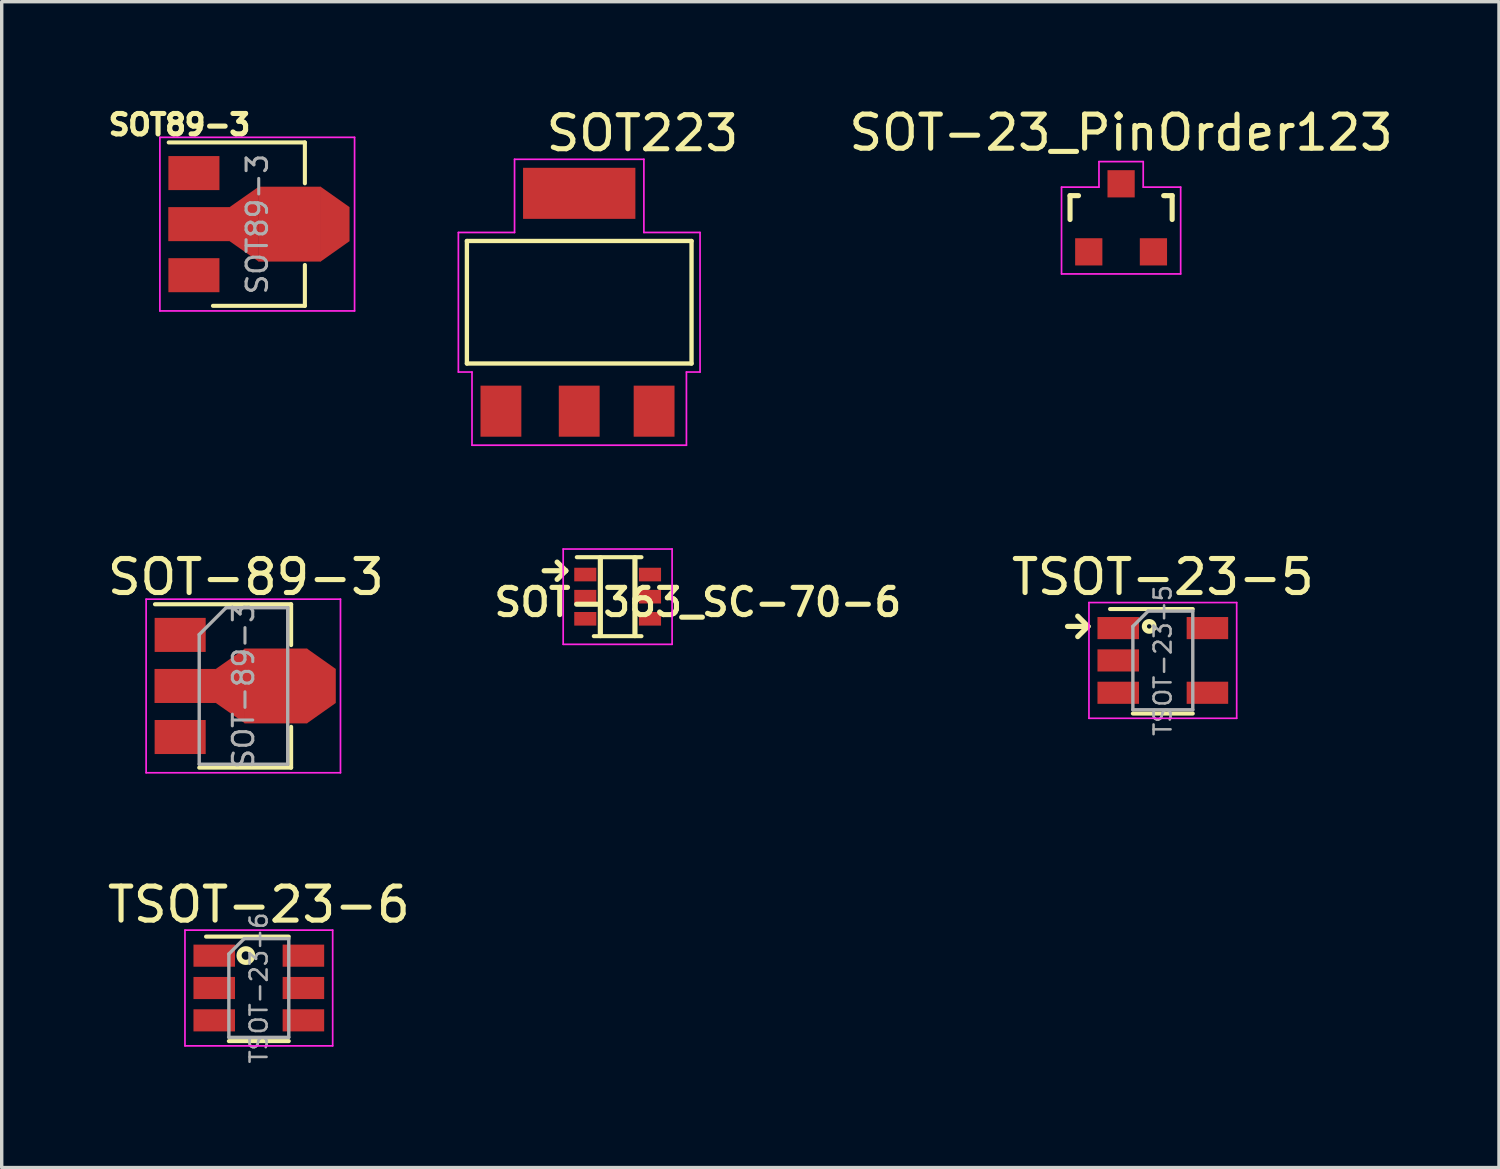
<source format=kicad_pcb>
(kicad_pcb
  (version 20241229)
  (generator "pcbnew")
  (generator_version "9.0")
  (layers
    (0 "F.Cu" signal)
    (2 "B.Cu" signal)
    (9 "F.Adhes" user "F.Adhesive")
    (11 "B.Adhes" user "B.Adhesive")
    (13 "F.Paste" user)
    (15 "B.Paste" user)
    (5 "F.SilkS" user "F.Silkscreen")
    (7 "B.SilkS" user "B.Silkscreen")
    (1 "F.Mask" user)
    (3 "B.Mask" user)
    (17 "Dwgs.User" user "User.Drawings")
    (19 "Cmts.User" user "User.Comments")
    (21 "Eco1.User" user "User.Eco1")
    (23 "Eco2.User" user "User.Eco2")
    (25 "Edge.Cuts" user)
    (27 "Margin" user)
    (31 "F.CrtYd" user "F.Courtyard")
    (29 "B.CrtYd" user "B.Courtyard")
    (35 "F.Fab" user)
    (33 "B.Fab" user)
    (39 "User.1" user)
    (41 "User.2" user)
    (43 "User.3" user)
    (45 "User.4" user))
  (footprint "TSOT-23-5"
    (layer "F.Cu")
    (at 31.113 16.353)
    (property "Reference" "TSOT-23-5" (at 0 -2.45 0) (layer "F.SilkS") (effects (font (size 1 1) (thickness 0.15))))
    (attr smd)
    (fp_line (start -2.8 -1) (end -2.2 -1) (stroke (width 0.152) (type solid)) (layer "F.SilkS"))
    (fp_line (start -2.5 -1.3) (end -2.2 -1) (stroke (width 0.152) (type solid)) (layer "F.SilkS"))
    (fp_line (start -2.2 -1) (end -2.5 -0.7) (stroke (width 0.152) (type solid)) (layer "F.SilkS"))
    (fp_line (start -0.88 1.56) (end 0.88 1.56) (stroke (width 0.12) (type solid)) (layer "F.SilkS"))
    (fp_line (start 0.88 -1.51) (end -1.55 -1.51) (stroke (width 0.12) (type solid)) (layer "F.SilkS"))
    (fp_circle (center -0.4 -1) (end -0.3 -0.9) (stroke (width 0.152) (type solid)) (fill no) (layer "F.SilkS"))
    (fp_line (start -2.17 -1.7) (end -2.17 1.7) (stroke (width 0.05) (type solid)) (layer "F.CrtYd"))
    (fp_line (start -2.17 -1.7) (end 2.17 -1.7) (stroke (width 0.05) (type solid)) (layer "F.CrtYd"))
    (fp_line (start 2.17 1.7) (end -2.17 1.7) (stroke (width 0.05) (type solid)) (layer "F.CrtYd"))
    (fp_line (start 2.17 1.7) (end 2.17 -1.7) (stroke (width 0.05) (type solid)) (layer "F.CrtYd"))
    (fp_line (start -0.88 -1) (end -0.88 1.45) (stroke (width 0.1) (type solid)) (layer "F.Fab"))
    (fp_line (start -0.88 -1) (end -0.43 -1.45) (stroke (width 0.1) (type solid)) (layer "F.Fab"))
    (fp_line (start 0.88 -1.45) (end -0.43 -1.45) (stroke (width 0.1) (type solid)) (layer "F.Fab"))
    (fp_line (start 0.88 -1.45) (end 0.88 1.45) (stroke (width 0.1) (type solid)) (layer "F.Fab"))
    (fp_line (start 0.88 1.45) (end -0.88 1.45) (stroke (width 0.1) (type solid)) (layer "F.Fab"))
    (fp_text user "${REFERENCE}" (at 0 0 90) (layer "F.Fab") (effects (font (size 0.5 0.5) (thickness 0.075))))
    (pad "1" smd rect (at -1.31 -0.95) (size 1.22 0.65) (layers "F.Cu" "F.Mask" "F.Paste"))
    (pad "2" smd rect (at -1.31 0) (size 1.22 0.65) (layers "F.Cu" "F.Mask" "F.Paste"))
    (pad "3" smd rect (at -1.31 0.95) (size 1.22 0.65) (layers "F.Cu" "F.Mask" "F.Paste"))
    (pad "4" smd rect (at 1.31 0.95) (size 1.22 0.65) (layers "F.Cu" "F.Mask" "F.Paste"))
    (pad "5" smd rect (at 1.31 -0.95) (size 1.22 0.65) (layers "F.Cu" "F.Mask" "F.Paste")))
  (footprint "SOT89-3"
    (layer "F.Cu")
    (at 4.127 3.535)
    (property "Reference" "SOT89-3" (at -1.905 -2.921 180) (layer "F.SilkS") (effects (font (size 0.6 0.6) (thickness 0.15))))
    (attr smd)
    (fp_line (start -2.22 -2.4) (end 1.78 -2.4) (stroke (width 0.12) (type solid)) (layer "F.SilkS"))
    (fp_line (start 1.78 -2.4) (end 1.78 -1.2) (stroke (width 0.12) (type solid)) (layer "F.SilkS"))
    (fp_line (start 1.78 1.2) (end 1.78 2.4) (stroke (width 0.12) (type solid)) (layer "F.SilkS"))
    (fp_line (start 1.78 2.4) (end -0.92 2.4) (stroke (width 0.12) (type solid)) (layer "F.SilkS"))
    (fp_line (start -2.48 2.55) (end -2.48 -2.55) (stroke (width 0.05) (type solid)) (layer "F.CrtYd"))
    (fp_line (start -2.48 2.55) (end 3.24 2.55) (stroke (width 0.05) (type solid)) (layer "F.CrtYd"))
    (fp_line (start 3.24 -2.55) (end -2.48 -2.55) (stroke (width 0.05) (type solid)) (layer "F.CrtYd"))
    (fp_line (start 3.24 -2.55) (end 3.24 2.55) (stroke (width 0.05) (type solid)) (layer "F.CrtYd"))
    (fp_text user "${REFERENCE}" (at 0.38 0 90) (layer "F.Fab") (effects (font (size 0.6 0.6) (thickness 0.09))))
    (pad "1" smd rect (at -1.48 -1.5 270) (size 1 1.5) (layers "F.Cu" "F.Mask" "F.Paste"))
    (pad "2" smd rect (at -1.333 0 270) (size 1 1.8) (layers "F.Cu" "F.Mask" "F.Paste"))
    (pad "2" smd trapezoid (at -0.076 0 90) (size 1.5 1) (rect_delta 0 0.7) (layers "F.Cu" "F.Mask" "F.Paste"))
    (pad "2" smd rect (at 1.333 0 270) (size 2.2 1.84) (layers "F.Cu" "F.Mask" "F.Paste"))
    (pad "2" smd trapezoid (at 2.667 0 270) (size 1.6 0.85) (rect_delta 0 0.6) (layers "F.Cu" "F.Mask" "F.Paste"))
    (pad "3" smd rect (at -1.48 1.5 270) (size 1 1.5) (layers "F.Cu" "F.Mask" "F.Paste")))
  (footprint "SOT223"
    (layer "F.Cu")
    (at 13.967 5.83)
    (property "Reference" "SOT223" (at -1.05 -4.38 0) (layer "F.SilkS") (effects (font (size 1 1) (thickness 0.15)) (justify left bottom)))
    (attr through_hole)
    (fp_line (start -3.3 -1.8) (end -3.3 1.8) (stroke (width 0.127) (type solid)) (layer "F.SilkS"))
    (fp_line (start -3.3 1.8) (end 3.3 1.8) (stroke (width 0.127) (type solid)) (layer "F.SilkS"))
    (fp_line (start 3.3 -1.8) (end -3.3 -1.8) (stroke (width 0.127) (type solid)) (layer "F.SilkS"))
    (fp_line (start 3.3 1.8) (end 3.3 -1.8) (stroke (width 0.127) (type solid)) (layer "F.SilkS"))
    (fp_line (start -3.55 -2.05) (end -3.55 2.05) (stroke (width 0.05) (type solid)) (layer "F.CrtYd"))
    (fp_line (start -3.55 2.05) (end -3.15 2.05) (stroke (width 0.05) (type solid)) (layer "F.CrtYd"))
    (fp_line (start -3.15 2.05) (end -3.15 4.2) (stroke (width 0.05) (type solid)) (layer "F.CrtYd"))
    (fp_line (start -3.15 4.2) (end 3.15 4.2) (stroke (width 0.05) (type solid)) (layer "F.CrtYd"))
    (fp_line (start -1.9 -4.2) (end -1.9 -2.05) (stroke (width 0.05) (type solid)) (layer "F.CrtYd"))
    (fp_line (start -1.9 -2.05) (end -3.55 -2.05) (stroke (width 0.05) (type solid)) (layer "F.CrtYd"))
    (fp_line (start 1.9 -4.2) (end -1.9 -4.2) (stroke (width 0.05) (type solid)) (layer "F.CrtYd"))
    (fp_line (start 1.9 -2.05) (end 1.9 -4.2) (stroke (width 0.05) (type solid)) (layer "F.CrtYd"))
    (fp_line (start 3.15 2.05) (end 3.55 2.05) (stroke (width 0.05) (type solid)) (layer "F.CrtYd"))
    (fp_line (start 3.15 4.2) (end 3.15 2.05) (stroke (width 0.05) (type solid)) (layer "F.CrtYd"))
    (fp_line (start 3.55 -2.05) (end 1.9 -2.05) (stroke (width 0.05) (type solid)) (layer "F.CrtYd"))
    (fp_line (start 3.55 2.05) (end 3.55 -2.05) (stroke (width 0.05) (type solid)) (layer "F.CrtYd"))
    (pad "1" smd rect (at -2.3 3.2) (size 1.2 1.5) (layers "F.Cu" "F.Mask" "F.Paste"))
    (pad "2" smd rect (at 0 3.2) (size 1.2 1.5) (layers "F.Cu" "F.Mask" "F.Paste"))
    (pad "2B" smd rect (at 0 -3.2) (size 3.3 1.5) (layers "F.Cu" "F.Mask" "F.Paste"))
    (pad "3" smd rect (at 2.2 3.2) (size 1.2 1.5) (layers "F.Cu" "F.Mask" "F.Paste")))
  (footprint "SOT-363_SC-70-6"
    (layer "F.Cu")
    (at 15.096 14.48)
    (property "Reference" "SOT-363_SC-70-6" (at 2.356 0.164 0) (layer "F.SilkS") (effects (font (size 0.8 0.8) (thickness 0.15))))
    (attr smd)
    (fp_line (start -2.159 -0.762) (end -1.524 -0.762) (stroke (width 0.152) (type solid)) (layer "F.SilkS"))
    (fp_line (start -1.524 -0.762) (end -1.778 -1.016) (stroke (width 0.152) (type solid)) (layer "F.SilkS"))
    (fp_line (start -1.524 -0.762) (end -1.778 -0.508) (stroke (width 0.152) (type solid)) (layer "F.SilkS"))
    (fp_line (start -0.7 1.16) (end 0.7 1.16) (stroke (width 0.12) (type solid)) (layer "F.SilkS"))
    (fp_line (start -0.508 -1.143) (end -0.508 1.143) (stroke (width 0.152) (type solid)) (layer "F.SilkS"))
    (fp_line (start 0.508 -1.143) (end 0.508 1.143) (stroke (width 0.152) (type solid)) (layer "F.SilkS"))
    (fp_line (start 0.7 -1.16) (end -1.2 -1.16) (stroke (width 0.12) (type solid)) (layer "F.SilkS"))
    (fp_line (start -1.6 -1.4) (end -1.6 1.4) (stroke (width 0.05) (type solid)) (layer "F.CrtYd"))
    (fp_line (start -1.6 -1.4) (end 1.6 -1.4) (stroke (width 0.05) (type solid)) (layer "F.CrtYd"))
    (fp_line (start -1.6 1.4) (end 1.6 1.4) (stroke (width 0.05) (type solid)) (layer "F.CrtYd"))
    (fp_line (start 1.6 1.4) (end 1.6 -1.4) (stroke (width 0.05) (type solid)) (layer "F.CrtYd"))
    (pad "1" smd rect (at -0.95 -0.65) (size 0.65 0.4) (layers "F.Cu" "F.Mask" "F.Paste"))
    (pad "2" smd rect (at -0.95 0) (size 0.65 0.4) (layers "F.Cu" "F.Mask" "F.Paste"))
    (pad "3" smd rect (at -0.95 0.65) (size 0.65 0.4) (layers "F.Cu" "F.Mask" "F.Paste"))
    (pad "4" smd rect (at 0.95 0.65) (size 0.65 0.4) (layers "F.Cu" "F.Mask" "F.Paste"))
    (pad "5" smd rect (at 0.95 0) (size 0.65 0.4) (layers "F.Cu" "F.Mask" "F.Paste"))
    (pad "6" smd rect (at 0.95 -0.65) (size 0.65 0.4) (layers "F.Cu" "F.Mask" "F.Paste")))
  (footprint "SOT-89-3"
    (layer "F.Cu")
    (at 3.723 17.103)
    (property "Reference" "SOT-89-3" (at 0.45 -3.2 0) (layer "F.SilkS") (effects (font (size 1 1) (thickness 0.15))))
    (attr smd)
    (fp_line (start -2.22 -2.4) (end 1.78 -2.4) (stroke (width 0.12) (type solid)) (layer "F.SilkS"))
    (fp_line (start 1.78 -2.4) (end 1.78 -1.2) (stroke (width 0.12) (type solid)) (layer "F.SilkS"))
    (fp_line (start 1.78 1.2) (end 1.78 2.4) (stroke (width 0.12) (type solid)) (layer "F.SilkS"))
    (fp_line (start 1.78 2.4) (end -0.92 2.4) (stroke (width 0.12) (type solid)) (layer "F.SilkS"))
    (fp_line (start -2.48 2.55) (end -2.48 -2.55) (stroke (width 0.05) (type solid)) (layer "F.CrtYd"))
    (fp_line (start -2.48 2.55) (end 3.23 2.55) (stroke (width 0.05) (type solid)) (layer "F.CrtYd"))
    (fp_line (start 3.23 -2.55) (end -2.48 -2.55) (stroke (width 0.05) (type solid)) (layer "F.CrtYd"))
    (fp_line (start 3.23 -2.55) (end 3.23 2.55) (stroke (width 0.05) (type solid)) (layer "F.CrtYd"))
    (fp_line (start -0.92 -1.51) (end -0.13 -2.3) (stroke (width 0.1) (type solid)) (layer "F.Fab"))
    (fp_line (start -0.92 2.3) (end -0.92 -1.51) (stroke (width 0.1) (type solid)) (layer "F.Fab"))
    (fp_line (start -0.13 -2.3) (end 1.68 -2.3) (stroke (width 0.1) (type solid)) (layer "F.Fab"))
    (fp_line (start 1.68 -2.3) (end 1.68 2.3) (stroke (width 0.1) (type solid)) (layer "F.Fab"))
    (fp_line (start 1.68 2.3) (end -0.92 2.3) (stroke (width 0.1) (type solid)) (layer "F.Fab"))
    (fp_text user "${REFERENCE}" (at 0.38 0 90) (layer "F.Fab") (effects (font (size 0.6 0.6) (thickness 0.09))))
    (pad "1" smd rect (at -1.48 -1.5 270) (size 1 1.5) (layers "F.Cu" "F.Mask" "F.Paste"))
    (pad "2" smd rect (at -1.333 0 270) (size 1 1.8) (layers "F.Cu" "F.Mask" "F.Paste"))
    (pad "2" smd trapezoid (at -0.076 0 90) (size 1.5 1) (rect_delta 0 0.7) (layers "F.Cu" "F.Mask" "F.Paste"))
    (pad "2" smd rect (at 1.333 0 270) (size 2.2 1.84) (layers "F.Cu" "F.Mask" "F.Paste"))
    (pad "2" smd trapezoid (at 2.667 0 270) (size 1.6 0.85) (rect_delta 0 0.6) (layers "F.Cu" "F.Mask" "F.Paste"))
    (pad "3" smd rect (at -1.48 1.5 270) (size 1 1.5) (layers "F.Cu" "F.Mask" "F.Paste")))
  (footprint "TSOT-23-6"
    (layer "F.Cu")
    (at 4.554 25.977)
    (property "Reference" "TSOT-23-6" (at 0 -2.45 0) (layer "F.SilkS") (effects (font (size 1 1) (thickness 0.15))))
    (attr smd)
    (fp_line (start -0.88 1.56) (end 0.88 1.56) (stroke (width 0.12) (type solid)) (layer "F.SilkS"))
    (fp_line (start 0.88 -1.51) (end -1.55 -1.51) (stroke (width 0.12) (type solid)) (layer "F.SilkS"))
    (fp_circle (center -0.381 -0.953) (end -0.181 -0.953) (stroke (width 0.152) (type solid)) (fill no) (layer "F.SilkS"))
    (fp_line (start -2.17 -1.7) (end -2.17 1.7) (stroke (width 0.05) (type solid)) (layer "F.CrtYd"))
    (fp_line (start -2.17 -1.7) (end 2.17 -1.7) (stroke (width 0.05) (type solid)) (layer "F.CrtYd"))
    (fp_line (start 2.17 1.7) (end -2.17 1.7) (stroke (width 0.05) (type solid)) (layer "F.CrtYd"))
    (fp_line (start 2.17 1.7) (end 2.17 -1.7) (stroke (width 0.05) (type solid)) (layer "F.CrtYd"))
    (fp_line (start -0.88 -1) (end -0.88 1.45) (stroke (width 0.1) (type solid)) (layer "F.Fab"))
    (fp_line (start -0.88 -1) (end -0.43 -1.45) (stroke (width 0.1) (type solid)) (layer "F.Fab"))
    (fp_line (start 0.88 -1.45) (end -0.43 -1.45) (stroke (width 0.1) (type solid)) (layer "F.Fab"))
    (fp_line (start 0.88 -1.45) (end 0.88 1.45) (stroke (width 0.1) (type solid)) (layer "F.Fab"))
    (fp_line (start 0.88 1.45) (end -0.88 1.45) (stroke (width 0.1) (type solid)) (layer "F.Fab"))
    (fp_text user "${REFERENCE}" (at 0 0 90) (layer "F.Fab") (effects (font (size 0.5 0.5) (thickness 0.075))))
    (pad "1" smd rect (at -1.31 -0.95) (size 1.22 0.65) (layers "F.Cu" "F.Mask" "F.Paste"))
    (pad "2" smd rect (at -1.31 0) (size 1.22 0.65) (layers "F.Cu" "F.Mask" "F.Paste"))
    (pad "3" smd rect (at -1.31 0.95) (size 1.22 0.65) (layers "F.Cu" "F.Mask" "F.Paste"))
    (pad "4" smd rect (at 1.31 0.95) (size 1.22 0.65) (layers "F.Cu" "F.Mask" "F.Paste"))
    (pad "5" smd rect (at 1.31 0) (size 1.22 0.65) (layers "F.Cu" "F.Mask" "F.Paste"))
    (pad "6" smd rect (at 1.31 -0.95) (size 1.22 0.65) (layers "F.Cu" "F.Mask" "F.Paste")))
  (footprint "SOT-23_PinOrder123"
    (layer "F.Cu")
    (at 29.887 3.348)
    (property "Reference" "SOT-23_PinOrder123" (at 0 -2.5 0) (layer "F.SilkS") (effects (font (size 1 1) (thickness 0.15))))
    (attr smd)
    (fp_line (start -1.5 -0.65) (end -1.251 -0.65) (stroke (width 0.15) (type solid)) (layer "F.SilkS"))
    (fp_line (start -1.5 0.051) (end -1.5 -0.65) (stroke (width 0.15) (type solid)) (layer "F.SilkS"))
    (fp_line (start 1.299 -0.65) (end 1.251 -0.65) (stroke (width 0.15) (type solid)) (layer "F.SilkS"))
    (fp_line (start 1.299 -0.65) (end 1.5 -0.65) (stroke (width 0.15) (type solid)) (layer "F.SilkS"))
    (fp_line (start 1.5 -0.65) (end 1.5 0.051) (stroke (width 0.15) (type solid)) (layer "F.SilkS"))
    (fp_line (start -1.75 -0.9) (end -0.65 -0.9) (stroke (width 0.05) (type solid)) (layer "F.CrtYd"))
    (fp_line (start -1.75 1.65) (end -1.75 -0.9) (stroke (width 0.05) (type solid)) (layer "F.CrtYd"))
    (fp_line (start -0.65 -1.65) (end 0.65 -1.65) (stroke (width 0.05) (type solid)) (layer "F.CrtYd"))
    (fp_line (start -0.65 -0.9) (end -0.65 -1.65) (stroke (width 0.05) (type solid)) (layer "F.CrtYd"))
    (fp_line (start 0.65 -0.9) (end 0.65 -1.65) (stroke (width 0.05) (type solid)) (layer "F.CrtYd"))
    (fp_line (start 1.75 -0.9) (end 0.65 -0.9) (stroke (width 0.05) (type solid)) (layer "F.CrtYd"))
    (fp_line (start 1.75 -0.9) (end 1.75 1.65) (stroke (width 0.05) (type solid)) (layer "F.CrtYd"))
    (fp_line (start 1.75 1.65) (end -1.75 1.65) (stroke (width 0.05) (type solid)) (layer "F.CrtYd"))
    (pad "1" smd rect (at -0.95 1.001) (size 0.8 0.8) (layers "F.Cu" "F.Mask" "F.Paste"))
    (pad "2" smd rect (at 0 -0.998) (size 0.8 0.8) (layers "F.Cu" "F.Mask" "F.Paste"))
    (pad "3" smd rect (at 0.95 1.001) (size 0.8 0.8) (layers "F.Cu" "F.Mask" "F.Paste")))
  (gr_rect
    (start -3 -3)
    (end 40.989 31.253)
    (stroke (width 0.1) (type default))
    (fill no)
    (layer "Edge.Cuts")))
</source>
